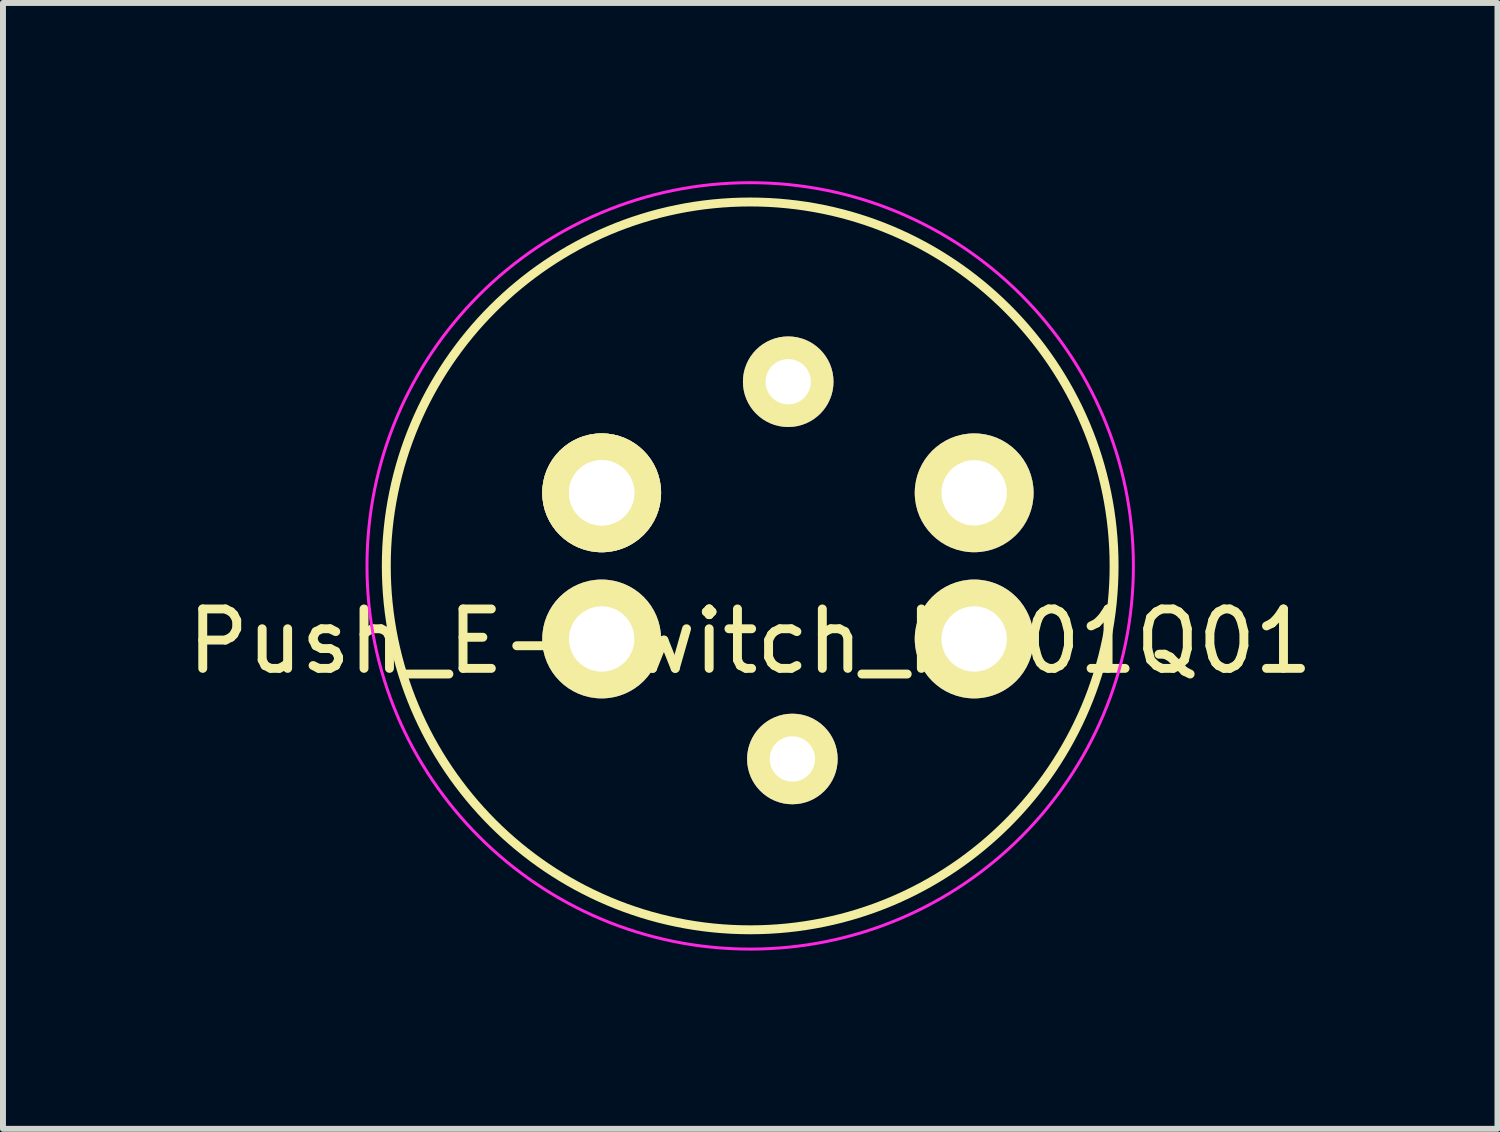
<source format=kicad_pcb>
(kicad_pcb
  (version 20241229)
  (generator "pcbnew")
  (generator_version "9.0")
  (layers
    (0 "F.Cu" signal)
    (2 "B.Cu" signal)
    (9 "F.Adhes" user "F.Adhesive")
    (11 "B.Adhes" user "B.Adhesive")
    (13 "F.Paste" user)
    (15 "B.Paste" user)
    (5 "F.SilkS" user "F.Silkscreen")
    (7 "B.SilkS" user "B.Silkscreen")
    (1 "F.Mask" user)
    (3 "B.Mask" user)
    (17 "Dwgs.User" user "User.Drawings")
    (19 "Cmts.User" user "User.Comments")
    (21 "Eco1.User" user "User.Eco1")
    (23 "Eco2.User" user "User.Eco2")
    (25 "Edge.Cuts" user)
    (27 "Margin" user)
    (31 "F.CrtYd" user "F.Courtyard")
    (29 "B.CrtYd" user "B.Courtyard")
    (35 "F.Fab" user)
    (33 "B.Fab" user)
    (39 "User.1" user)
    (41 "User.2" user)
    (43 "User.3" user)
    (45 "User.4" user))
  (footprint "Push_E-Switch_KS01Q01"
    (layer "F.Cu")
    (at 7.077 3.975)
    (property "Reference" "Push_E-Switch_KS01Q01" (at 2.5 3.77 0) (layer "F.SilkS") (effects (font (size 1 1) (thickness 0.15))))
    (attr through_hole)
    (fp_circle (center 2.5 2.5) (end 8.625 2.5) (stroke (width 0.15) (type solid)) (fill no) (layer "F.SilkS"))
    (fp_circle (center 2.5 2.5) (end 8.95 2.5) (stroke (width 0.05) (type solid)) (fill no) (layer "F.CrtYd"))
    (pad "1" thru_hole circle (at 0 1.27 180) (size 2 2) (drill 1.1) (layers "*.Cu" "*.Mask" "F.SilkS"))
    (pad "1" thru_hole circle (at 0 1.27 180) (size 2 2) (drill 1.1) (layers "*.Cu" "*.Mask" "F.SilkS"))
    (pad "2" thru_hole circle (at 6.27 1.27) (size 2 2) (drill 1.1) (layers "*.Cu" "*.Mask" "F.SilkS"))
    (pad "3" thru_hole circle (at 0 3.73) (size 2 2) (drill 1.1) (layers "*.Cu" "*.Mask" "F.SilkS"))
    (pad "4" thru_hole circle (at 6.27 3.73) (size 2 2) (drill 1.1) (layers "*.Cu" "*.Mask" "F.SilkS"))
    (pad "5" thru_hole circle (at 3.14 -0.6) (size 1.524 1.524) (drill 0.762) (layers "*.Cu" "*.Mask" "F.SilkS"))
    (pad "6" thru_hole circle (at 3.21 5.75) (size 1.524 1.524) (drill 0.762) (layers "*.Cu" "*.Mask" "F.SilkS")))
  (gr_rect
    (start -3 -3)
    (end 22.155 15.95)
    (stroke (width 0.1) (type default))
    (fill no)
    (layer "Edge.Cuts")))
</source>
